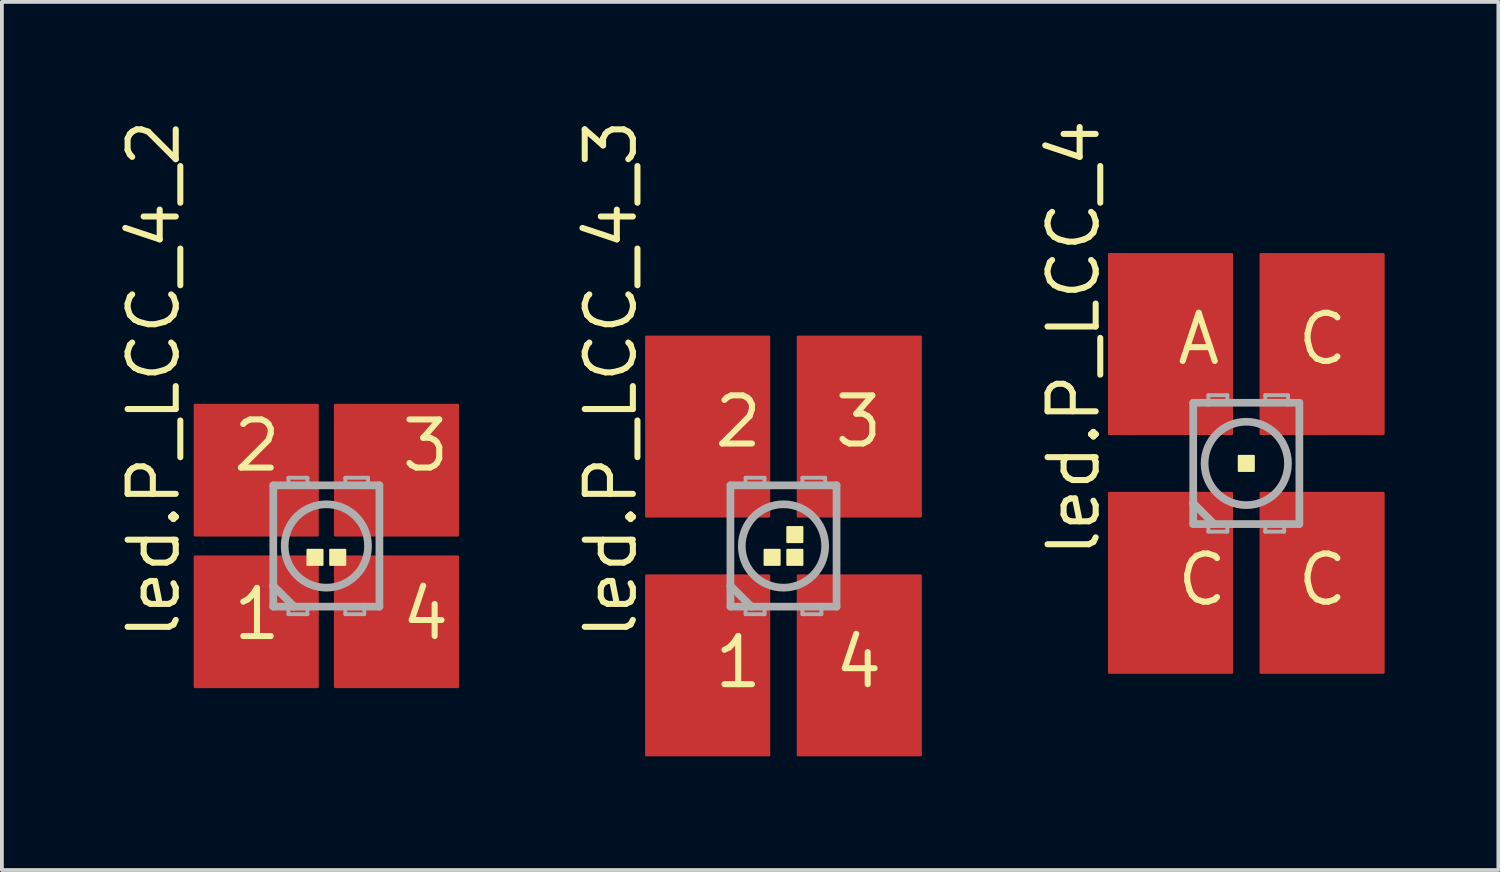
<source format=kicad_pcb>
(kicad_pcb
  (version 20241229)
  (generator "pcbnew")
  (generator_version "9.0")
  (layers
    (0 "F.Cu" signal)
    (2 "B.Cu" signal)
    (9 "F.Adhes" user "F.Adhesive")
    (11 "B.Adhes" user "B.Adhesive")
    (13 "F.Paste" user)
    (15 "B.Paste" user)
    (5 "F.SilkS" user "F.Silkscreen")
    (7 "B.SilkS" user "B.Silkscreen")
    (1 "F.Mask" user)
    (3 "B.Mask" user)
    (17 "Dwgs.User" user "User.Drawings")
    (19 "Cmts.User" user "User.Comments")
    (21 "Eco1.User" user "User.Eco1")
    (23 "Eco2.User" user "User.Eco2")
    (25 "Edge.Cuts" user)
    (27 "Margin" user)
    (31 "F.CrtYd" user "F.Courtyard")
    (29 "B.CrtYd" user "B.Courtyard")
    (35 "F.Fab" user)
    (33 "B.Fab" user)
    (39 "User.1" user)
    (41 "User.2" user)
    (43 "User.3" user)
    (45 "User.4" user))
  (footprint "led.P_LCC_4"
    (layer "F.Cu")
    (at 29.83 9.176)
    (property "Reference" "led.P_LCC_4" (at -3.81 2.54 90) (layer "F.SilkS") (effects (font (size 1.27 1.27) (thickness 0.16)) (justify left bottom)))
    (attr smd)
    (fp_rect (start -1.15 -0.75) (end -0.35 -1.85) (stroke (width 0.05) (type default)) (fill yes) (layer "F.Mask"))
    (fp_rect (start -1.15 1.85) (end -0.35 0.75) (stroke (width 0.05) (type default)) (fill yes) (layer "F.Mask"))
    (fp_rect (start 0.35 -0.75) (end 1.15 -1.85) (stroke (width 0.05) (type default)) (fill yes) (layer "F.Mask"))
    (fp_rect (start 0.35 1.85) (end 1.15 0.75) (stroke (width 0.05) (type default)) (fill yes) (layer "F.Mask"))
    (fp_rect (start -0.2 0.2) (end 0.2 -0.2) (stroke (width 0.05) (type default)) (fill yes) (layer "F.SilkS"))
    (fp_rect (start -1.1 -0.8) (end -0.4 -1.8) (stroke (width 0.05) (type default)) (fill yes) (layer "F.Paste"))
    (fp_rect (start -1.1 1.8) (end -0.4 0.8) (stroke (width 0.05) (type default)) (fill yes) (layer "F.Paste"))
    (fp_rect (start 0.4 -0.8) (end 1.1 -1.8) (stroke (width 0.05) (type default)) (fill yes) (layer "F.Paste"))
    (fp_rect (start 0.4 1.8) (end 1.1 0.8) (stroke (width 0.05) (type default)) (fill yes) (layer "F.Paste"))
    (fp_line (start -1.4 -1.6) (end -1.4 1.05) (stroke (width 0.203) (type default)) (layer "F.Fab"))
    (fp_line (start -1.4 1.05) (end -1.4 1.6) (stroke (width 0.203) (type default)) (layer "F.Fab"))
    (fp_line (start -1.4 1.6) (end -1 1.6) (stroke (width 0.203) (type default)) (layer "F.Fab"))
    (fp_line (start -1 -1.8) (end -0.5 -1.8) (stroke (width 0.102) (type default)) (layer "F.Fab"))
    (fp_line (start -1 -1.6) (end -1.4 -1.6) (stroke (width 0.203) (type default)) (layer "F.Fab"))
    (fp_line (start -1 -1.6) (end -1 -1.8) (stroke (width 0.102) (type default)) (layer "F.Fab"))
    (fp_line (start -1 1.6) (end -1 1.8) (stroke (width 0.102) (type default)) (layer "F.Fab"))
    (fp_line (start -1 1.6) (end -0.85 1.6) (stroke (width 0.203) (type default)) (layer "F.Fab"))
    (fp_line (start -1 1.8) (end -0.5 1.8) (stroke (width 0.102) (type default)) (layer "F.Fab"))
    (fp_line (start -0.85 1.6) (end -1.4 1.05) (stroke (width 0.203) (type default)) (layer "F.Fab"))
    (fp_line (start -0.85 1.6) (end 1 1.6) (stroke (width 0.203) (type default)) (layer "F.Fab"))
    (fp_line (start -0.5 -1.8) (end -0.5 -1.65) (stroke (width 0.102) (type default)) (layer "F.Fab"))
    (fp_line (start -0.5 1.8) (end -0.5 1.65) (stroke (width 0.102) (type default)) (layer "F.Fab"))
    (fp_line (start 0.5 -1.8) (end 1.1 -1.8) (stroke (width 0.102) (type default)) (layer "F.Fab"))
    (fp_line (start 0.5 -1.65) (end 0.5 -1.8) (stroke (width 0.102) (type default)) (layer "F.Fab"))
    (fp_line (start 0.5 1.65) (end 0.5 1.8) (stroke (width 0.102) (type default)) (layer "F.Fab"))
    (fp_line (start 0.5 1.8) (end 1 1.8) (stroke (width 0.102) (type default)) (layer "F.Fab"))
    (fp_line (start 1 1.6) (end 1.4 1.6) (stroke (width 0.203) (type default)) (layer "F.Fab"))
    (fp_line (start 1 1.8) (end 1 1.6) (stroke (width 0.102) (type default)) (layer "F.Fab"))
    (fp_line (start 1.1 -1.8) (end 1.1 -1.6) (stroke (width 0.102) (type default)) (layer "F.Fab"))
    (fp_line (start 1.1 -1.6) (end -1 -1.6) (stroke (width 0.203) (type default)) (layer "F.Fab"))
    (fp_line (start 1.4 -1.6) (end 1.1 -1.6) (stroke (width 0.203) (type default)) (layer "F.Fab"))
    (fp_line (start 1.4 1.6) (end 1.4 -1.6) (stroke (width 0.203) (type default)) (layer "F.Fab"))
    (fp_circle (center 0 0) (end 1.1 0) (stroke (width 0.203) (type default)) (fill no) (layer "F.Fab"))
    (fp_text user "C" (at 1.27 3.81 0) (layer "F.SilkS") (effects (font (size 1.27 1.27) (thickness 0.16)) (justify left bottom)))
    (fp_text user "C" (at 1.27 -2.54 0) (layer "F.SilkS") (effects (font (size 1.27 1.27) (thickness 0.16)) (justify left bottom)))
    (fp_text user "A" (at -1.905 -2.54 0) (layer "F.SilkS") (effects (font (size 1.27 1.27) (thickness 0.16)) (justify left bottom)))
    (fp_text user "C" (at -1.905 3.81 0) (layer "F.SilkS") (effects (font (size 1.27 1.27) (thickness 0.16)) (justify left bottom)))
    (pad "A" smd roundrect (at -2 -3.15) (size 3.3 4.8) (layers "F.Cu" "F.Mask" "F.Paste") (roundrect_rratio 0.01))
    (pad "C@1" smd roundrect (at -2 3.15) (size 3.3 4.8) (layers "F.Cu" "F.Mask" "F.Paste") (roundrect_rratio 0.01))
    (pad "C@3" smd roundrect (at 2 -3.15) (size 3.3 4.8) (layers "F.Cu" "F.Mask" "F.Paste") (roundrect_rratio 0.01))
    (pad "C@4" smd roundrect (at 2 3.15) (size 3.3 4.8) (layers "F.Cu" "F.Mask" "F.Paste") (roundrect_rratio 0.01)))
  (footprint "led.P_LCC_4_2"
    (layer "F.Cu")
    (at 5.56 11.354)
    (property "Reference" "led.P_LCC_4_2" (at -3.81 2.54 90) (layer "F.SilkS") (effects (font (size 1.27 1.27) (thickness 0.16)) (justify left bottom)))
    (attr smd)
    (fp_rect (start -1.15 -0.75) (end -0.35 -1.85) (stroke (width 0.05) (type default)) (fill yes) (layer "F.Mask"))
    (fp_rect (start -1.15 1.85) (end -0.35 0.75) (stroke (width 0.05) (type default)) (fill yes) (layer "F.Mask"))
    (fp_rect (start 0.35 -0.75) (end 1.15 -1.85) (stroke (width 0.05) (type default)) (fill yes) (layer "F.Mask"))
    (fp_rect (start 0.35 1.85) (end 1.15 0.75) (stroke (width 0.05) (type default)) (fill yes) (layer "F.Mask"))
    (fp_rect (start -0.5 0.5) (end -0.1 0.1) (stroke (width 0.05) (type default)) (fill yes) (layer "F.SilkS"))
    (fp_rect (start 0.1 0.5) (end 0.5 0.1) (stroke (width 0.05) (type default)) (fill yes) (layer "F.SilkS"))
    (fp_rect (start -1.1 -0.8) (end -0.4 -1.8) (stroke (width 0.05) (type default)) (fill yes) (layer "F.Paste"))
    (fp_rect (start -1.1 1.8) (end -0.4 0.8) (stroke (width 0.05) (type default)) (fill yes) (layer "F.Paste"))
    (fp_rect (start 0.4 -0.8) (end 1.1 -1.8) (stroke (width 0.05) (type default)) (fill yes) (layer "F.Paste"))
    (fp_rect (start 0.4 1.8) (end 1.1 0.8) (stroke (width 0.05) (type default)) (fill yes) (layer "F.Paste"))
    (fp_line (start -1.4 -1.6) (end -1.4 1.05) (stroke (width 0.203) (type default)) (layer "F.Fab"))
    (fp_line (start -1.4 1.05) (end -1.4 1.6) (stroke (width 0.203) (type default)) (layer "F.Fab"))
    (fp_line (start -1.4 1.6) (end -1 1.6) (stroke (width 0.203) (type default)) (layer "F.Fab"))
    (fp_line (start -1 -1.8) (end -0.5 -1.8) (stroke (width 0.102) (type default)) (layer "F.Fab"))
    (fp_line (start -1 -1.6) (end -1.4 -1.6) (stroke (width 0.203) (type default)) (layer "F.Fab"))
    (fp_line (start -1 -1.6) (end -1 -1.8) (stroke (width 0.102) (type default)) (layer "F.Fab"))
    (fp_line (start -1 1.6) (end -1 1.8) (stroke (width 0.102) (type default)) (layer "F.Fab"))
    (fp_line (start -1 1.6) (end -0.85 1.6) (stroke (width 0.203) (type default)) (layer "F.Fab"))
    (fp_line (start -1 1.8) (end -0.5 1.8) (stroke (width 0.102) (type default)) (layer "F.Fab"))
    (fp_line (start -0.85 1.6) (end -1.4 1.05) (stroke (width 0.203) (type default)) (layer "F.Fab"))
    (fp_line (start -0.85 1.6) (end 1 1.6) (stroke (width 0.203) (type default)) (layer "F.Fab"))
    (fp_line (start -0.5 -1.8) (end -0.5 -1.65) (stroke (width 0.102) (type default)) (layer "F.Fab"))
    (fp_line (start -0.5 1.8) (end -0.5 1.65) (stroke (width 0.102) (type default)) (layer "F.Fab"))
    (fp_line (start 0.5 -1.8) (end 1.1 -1.8) (stroke (width 0.102) (type default)) (layer "F.Fab"))
    (fp_line (start 0.5 -1.65) (end 0.5 -1.8) (stroke (width 0.102) (type default)) (layer "F.Fab"))
    (fp_line (start 0.5 1.65) (end 0.5 1.8) (stroke (width 0.102) (type default)) (layer "F.Fab"))
    (fp_line (start 0.5 1.8) (end 1 1.8) (stroke (width 0.102) (type default)) (layer "F.Fab"))
    (fp_line (start 1 1.6) (end 1.4 1.6) (stroke (width 0.203) (type default)) (layer "F.Fab"))
    (fp_line (start 1 1.8) (end 1 1.6) (stroke (width 0.102) (type default)) (layer "F.Fab"))
    (fp_line (start 1.1 -1.8) (end 1.1 -1.6) (stroke (width 0.102) (type default)) (layer "F.Fab"))
    (fp_line (start 1.1 -1.6) (end -1 -1.6) (stroke (width 0.203) (type default)) (layer "F.Fab"))
    (fp_line (start 1.4 -1.6) (end 1.1 -1.6) (stroke (width 0.203) (type default)) (layer "F.Fab"))
    (fp_line (start 1.4 1.6) (end 1.4 -1.6) (stroke (width 0.203) (type default)) (layer "F.Fab"))
    (fp_circle (center 0 0) (end 1.1 0) (stroke (width 0.203) (type default)) (fill no) (layer "F.Fab"))
    (fp_text user "1" (at -2.54 2.54 0) (layer "F.SilkS") (effects (font (size 1.27 1.27) (thickness 0.16)) (justify left bottom)))
    (fp_text user "3" (at 1.905 -1.905 0) (layer "F.SilkS") (effects (font (size 1.27 1.27) (thickness 0.16)) (justify left bottom)))
    (fp_text user "2" (at -2.54 -1.905 0) (layer "F.SilkS") (effects (font (size 1.27 1.27) (thickness 0.16)) (justify left bottom)))
    (fp_text user "4" (at 1.905 2.54 0) (layer "F.SilkS") (effects (font (size 1.27 1.27) (thickness 0.16)) (justify left bottom)))
    (pad "1" smd roundrect (at -1.85 2) (size 3.3 3.5) (layers "F.Cu" "F.Mask" "F.Paste") (roundrect_rratio 0.01))
    (pad "2" smd roundrect (at -1.85 -2) (size 3.3 3.5) (layers "F.Cu" "F.Mask" "F.Paste") (roundrect_rratio 0.01))
    (pad "3" smd roundrect (at 1.85 -2) (size 3.3 3.5) (layers "F.Cu" "F.Mask" "F.Paste") (roundrect_rratio 0.01))
    (pad "4" smd roundrect (at 1.85 2) (size 3.3 3.5) (layers "F.Cu" "F.Mask" "F.Paste") (roundrect_rratio 0.01)))
  (footprint "led.P_LCC_4_3"
    (layer "F.Cu")
    (at 17.62 11.354)
    (property "Reference" "led.P_LCC_4_3" (at -3.81 2.54 90) (layer "F.SilkS") (effects (font (size 1.27 1.27) (thickness 0.16)) (justify left bottom)))
    (attr smd)
    (fp_rect (start -1.15 -0.75) (end -0.35 -1.85) (stroke (width 0.05) (type default)) (fill yes) (layer "F.Mask"))
    (fp_rect (start -1.15 1.85) (end -0.35 0.75) (stroke (width 0.05) (type default)) (fill yes) (layer "F.Mask"))
    (fp_rect (start 0.35 -0.75) (end 1.15 -1.85) (stroke (width 0.05) (type default)) (fill yes) (layer "F.Mask"))
    (fp_rect (start 0.35 1.85) (end 1.15 0.75) (stroke (width 0.05) (type default)) (fill yes) (layer "F.Mask"))
    (fp_rect (start -0.5 0.5) (end -0.1 0.1) (stroke (width 0.05) (type default)) (fill yes) (layer "F.SilkS"))
    (fp_rect (start 0.1 -0.1) (end 0.5 -0.5) (stroke (width 0.05) (type default)) (fill yes) (layer "F.SilkS"))
    (fp_rect (start 0.1 0.5) (end 0.5 0.1) (stroke (width 0.05) (type default)) (fill yes) (layer "F.SilkS"))
    (fp_rect (start -1.1 -0.8) (end -0.4 -1.8) (stroke (width 0.05) (type default)) (fill yes) (layer "F.Paste"))
    (fp_rect (start -1.1 1.8) (end -0.4 0.8) (stroke (width 0.05) (type default)) (fill yes) (layer "F.Paste"))
    (fp_rect (start 0.4 -0.8) (end 1.1 -1.8) (stroke (width 0.05) (type default)) (fill yes) (layer "F.Paste"))
    (fp_rect (start 0.4 1.8) (end 1.1 0.8) (stroke (width 0.05) (type default)) (fill yes) (layer "F.Paste"))
    (fp_line (start -1.4 -1.6) (end -1.4 1.05) (stroke (width 0.203) (type default)) (layer "F.Fab"))
    (fp_line (start -1.4 1.05) (end -1.4 1.6) (stroke (width 0.203) (type default)) (layer "F.Fab"))
    (fp_line (start -1.4 1.6) (end -1 1.6) (stroke (width 0.203) (type default)) (layer "F.Fab"))
    (fp_line (start -1 -1.8) (end -0.5 -1.8) (stroke (width 0.102) (type default)) (layer "F.Fab"))
    (fp_line (start -1 -1.6) (end -1.4 -1.6) (stroke (width 0.203) (type default)) (layer "F.Fab"))
    (fp_line (start -1 -1.6) (end -1 -1.8) (stroke (width 0.102) (type default)) (layer "F.Fab"))
    (fp_line (start -1 1.6) (end -1 1.8) (stroke (width 0.102) (type default)) (layer "F.Fab"))
    (fp_line (start -1 1.6) (end -0.85 1.6) (stroke (width 0.203) (type default)) (layer "F.Fab"))
    (fp_line (start -1 1.8) (end -0.5 1.8) (stroke (width 0.102) (type default)) (layer "F.Fab"))
    (fp_line (start -0.85 1.6) (end -1.4 1.05) (stroke (width 0.203) (type default)) (layer "F.Fab"))
    (fp_line (start -0.85 1.6) (end 1 1.6) (stroke (width 0.203) (type default)) (layer "F.Fab"))
    (fp_line (start -0.5 -1.8) (end -0.5 -1.65) (stroke (width 0.102) (type default)) (layer "F.Fab"))
    (fp_line (start -0.5 1.8) (end -0.5 1.65) (stroke (width 0.102) (type default)) (layer "F.Fab"))
    (fp_line (start 0.5 -1.8) (end 1.1 -1.8) (stroke (width 0.102) (type default)) (layer "F.Fab"))
    (fp_line (start 0.5 -1.65) (end 0.5 -1.8) (stroke (width 0.102) (type default)) (layer "F.Fab"))
    (fp_line (start 0.5 1.65) (end 0.5 1.8) (stroke (width 0.102) (type default)) (layer "F.Fab"))
    (fp_line (start 0.5 1.8) (end 1 1.8) (stroke (width 0.102) (type default)) (layer "F.Fab"))
    (fp_line (start 1 1.6) (end 1.4 1.6) (stroke (width 0.203) (type default)) (layer "F.Fab"))
    (fp_line (start 1 1.8) (end 1 1.6) (stroke (width 0.102) (type default)) (layer "F.Fab"))
    (fp_line (start 1.1 -1.8) (end 1.1 -1.6) (stroke (width 0.102) (type default)) (layer "F.Fab"))
    (fp_line (start 1.1 -1.6) (end -1 -1.6) (stroke (width 0.203) (type default)) (layer "F.Fab"))
    (fp_line (start 1.4 -1.6) (end 1.1 -1.6) (stroke (width 0.203) (type default)) (layer "F.Fab"))
    (fp_line (start 1.4 1.6) (end 1.4 -1.6) (stroke (width 0.203) (type default)) (layer "F.Fab"))
    (fp_circle (center 0 0) (end 1.1 0) (stroke (width 0.203) (type default)) (fill no) (layer "F.Fab"))
    (fp_text user "2" (at -1.905 -2.54 0) (layer "F.SilkS") (effects (font (size 1.27 1.27) (thickness 0.16)) (justify left bottom)))
    (fp_text user "4" (at 1.27 3.81 0) (layer "F.SilkS") (effects (font (size 1.27 1.27) (thickness 0.16)) (justify left bottom)))
    (fp_text user "3" (at 1.27 -2.54 0) (layer "F.SilkS") (effects (font (size 1.27 1.27) (thickness 0.16)) (justify left bottom)))
    (fp_text user "1" (at -1.905 3.81 0) (layer "F.SilkS") (effects (font (size 1.27 1.27) (thickness 0.16)) (justify left bottom)))
    (pad "1" smd roundrect (at -2 3.15) (size 3.3 4.8) (layers "F.Cu" "F.Mask" "F.Paste") (roundrect_rratio 0.01))
    (pad "2" smd roundrect (at -2 -3.15) (size 3.3 4.8) (layers "F.Cu" "F.Mask" "F.Paste") (roundrect_rratio 0.01))
    (pad "3" smd roundrect (at 2 -3.15) (size 3.3 4.8) (layers "F.Cu" "F.Mask" "F.Paste") (roundrect_rratio 0.01))
    (pad "4" smd roundrect (at 2 3.15) (size 3.3 4.8) (layers "F.Cu" "F.Mask" "F.Paste") (roundrect_rratio 0.01)))
  (gr_rect
    (start -3 -3)
    (end 36.48 19.904)
    (stroke (width 0.1) (type default))
    (fill no)
    (layer "Edge.Cuts")))
</source>
